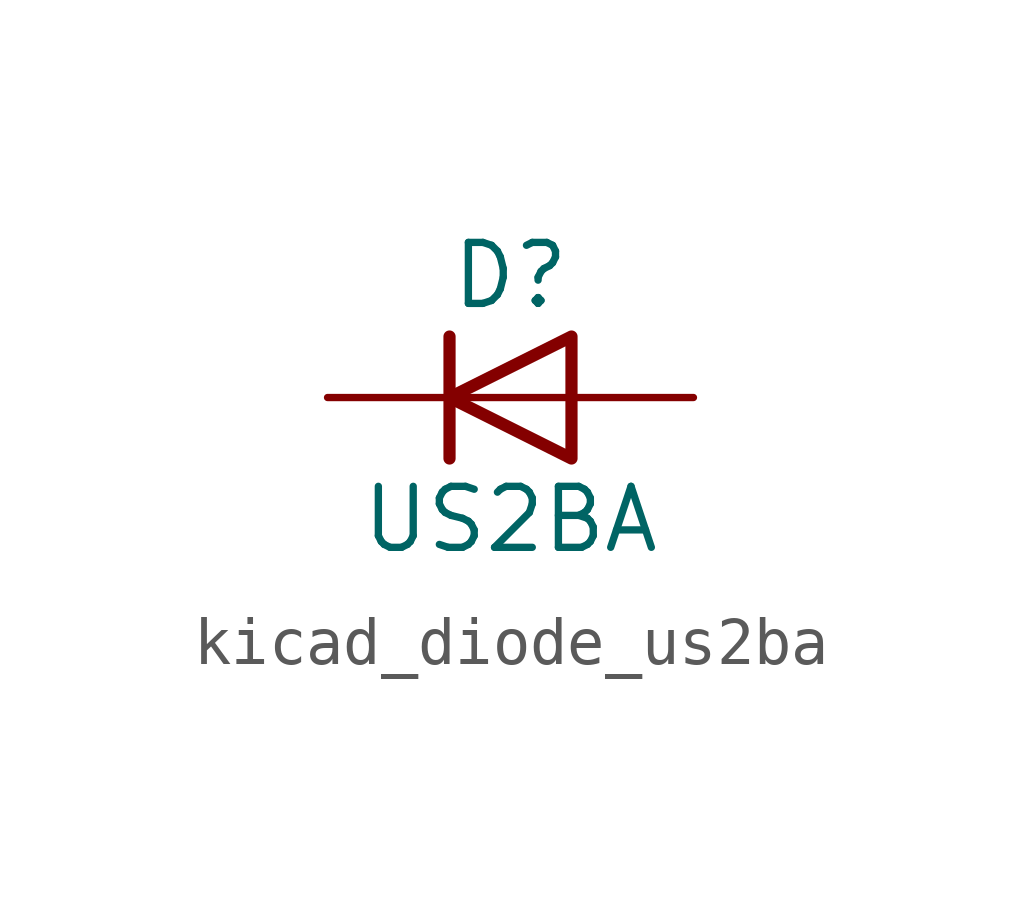
<source format=kicad_sym>
(kicad_symbol_lib
  (version 20220914)
  (generator kicad_symbol_editor)
  (symbol "kicad_diode_us2ba"
    (pin_numbers hide)
    (pin_names hide)
    (property "Reference" "D"
      (at 0 2.54 0)
      (effects (font (size 1.27 1.27))))
    (property "Value" "US2BA"
      (at 0 -2.54 0)
      (effects (font (size 1.27 1.27))))
    (symbol "kicad_diode_us2ba_0_1"
      (polyline (pts (xy -1.27 1.27) (xy -1.27 -1.27)) (stroke (width 0.254) (type default)) (fill (type none)))
      (polyline (pts (xy 1.27 0) (xy -1.27 0)) (stroke (width 0) (type default)) (fill (type none)))
      (polyline (pts (xy 1.27 1.27) (xy 1.27 -1.27) (xy -1.27 0) (xy 1.27 1.27)) (stroke (width 0.254) (type default)) (fill (type none))))
    (symbol "kicad_diode_us2ba_1_1"
      (pin passive line (at -3.81 0 0) (length 2.54) (name "K" (effects (font (size 1.27 1.27)))) (number "1" (effects (font (size 1.27 1.27)))))
      (pin passive line (at 3.81 0 180) (length 2.54) (name "A" (effects (font (size 1.27 1.27)))) (number "2" (effects (font (size 1.27 1.27))))))))
</source>
